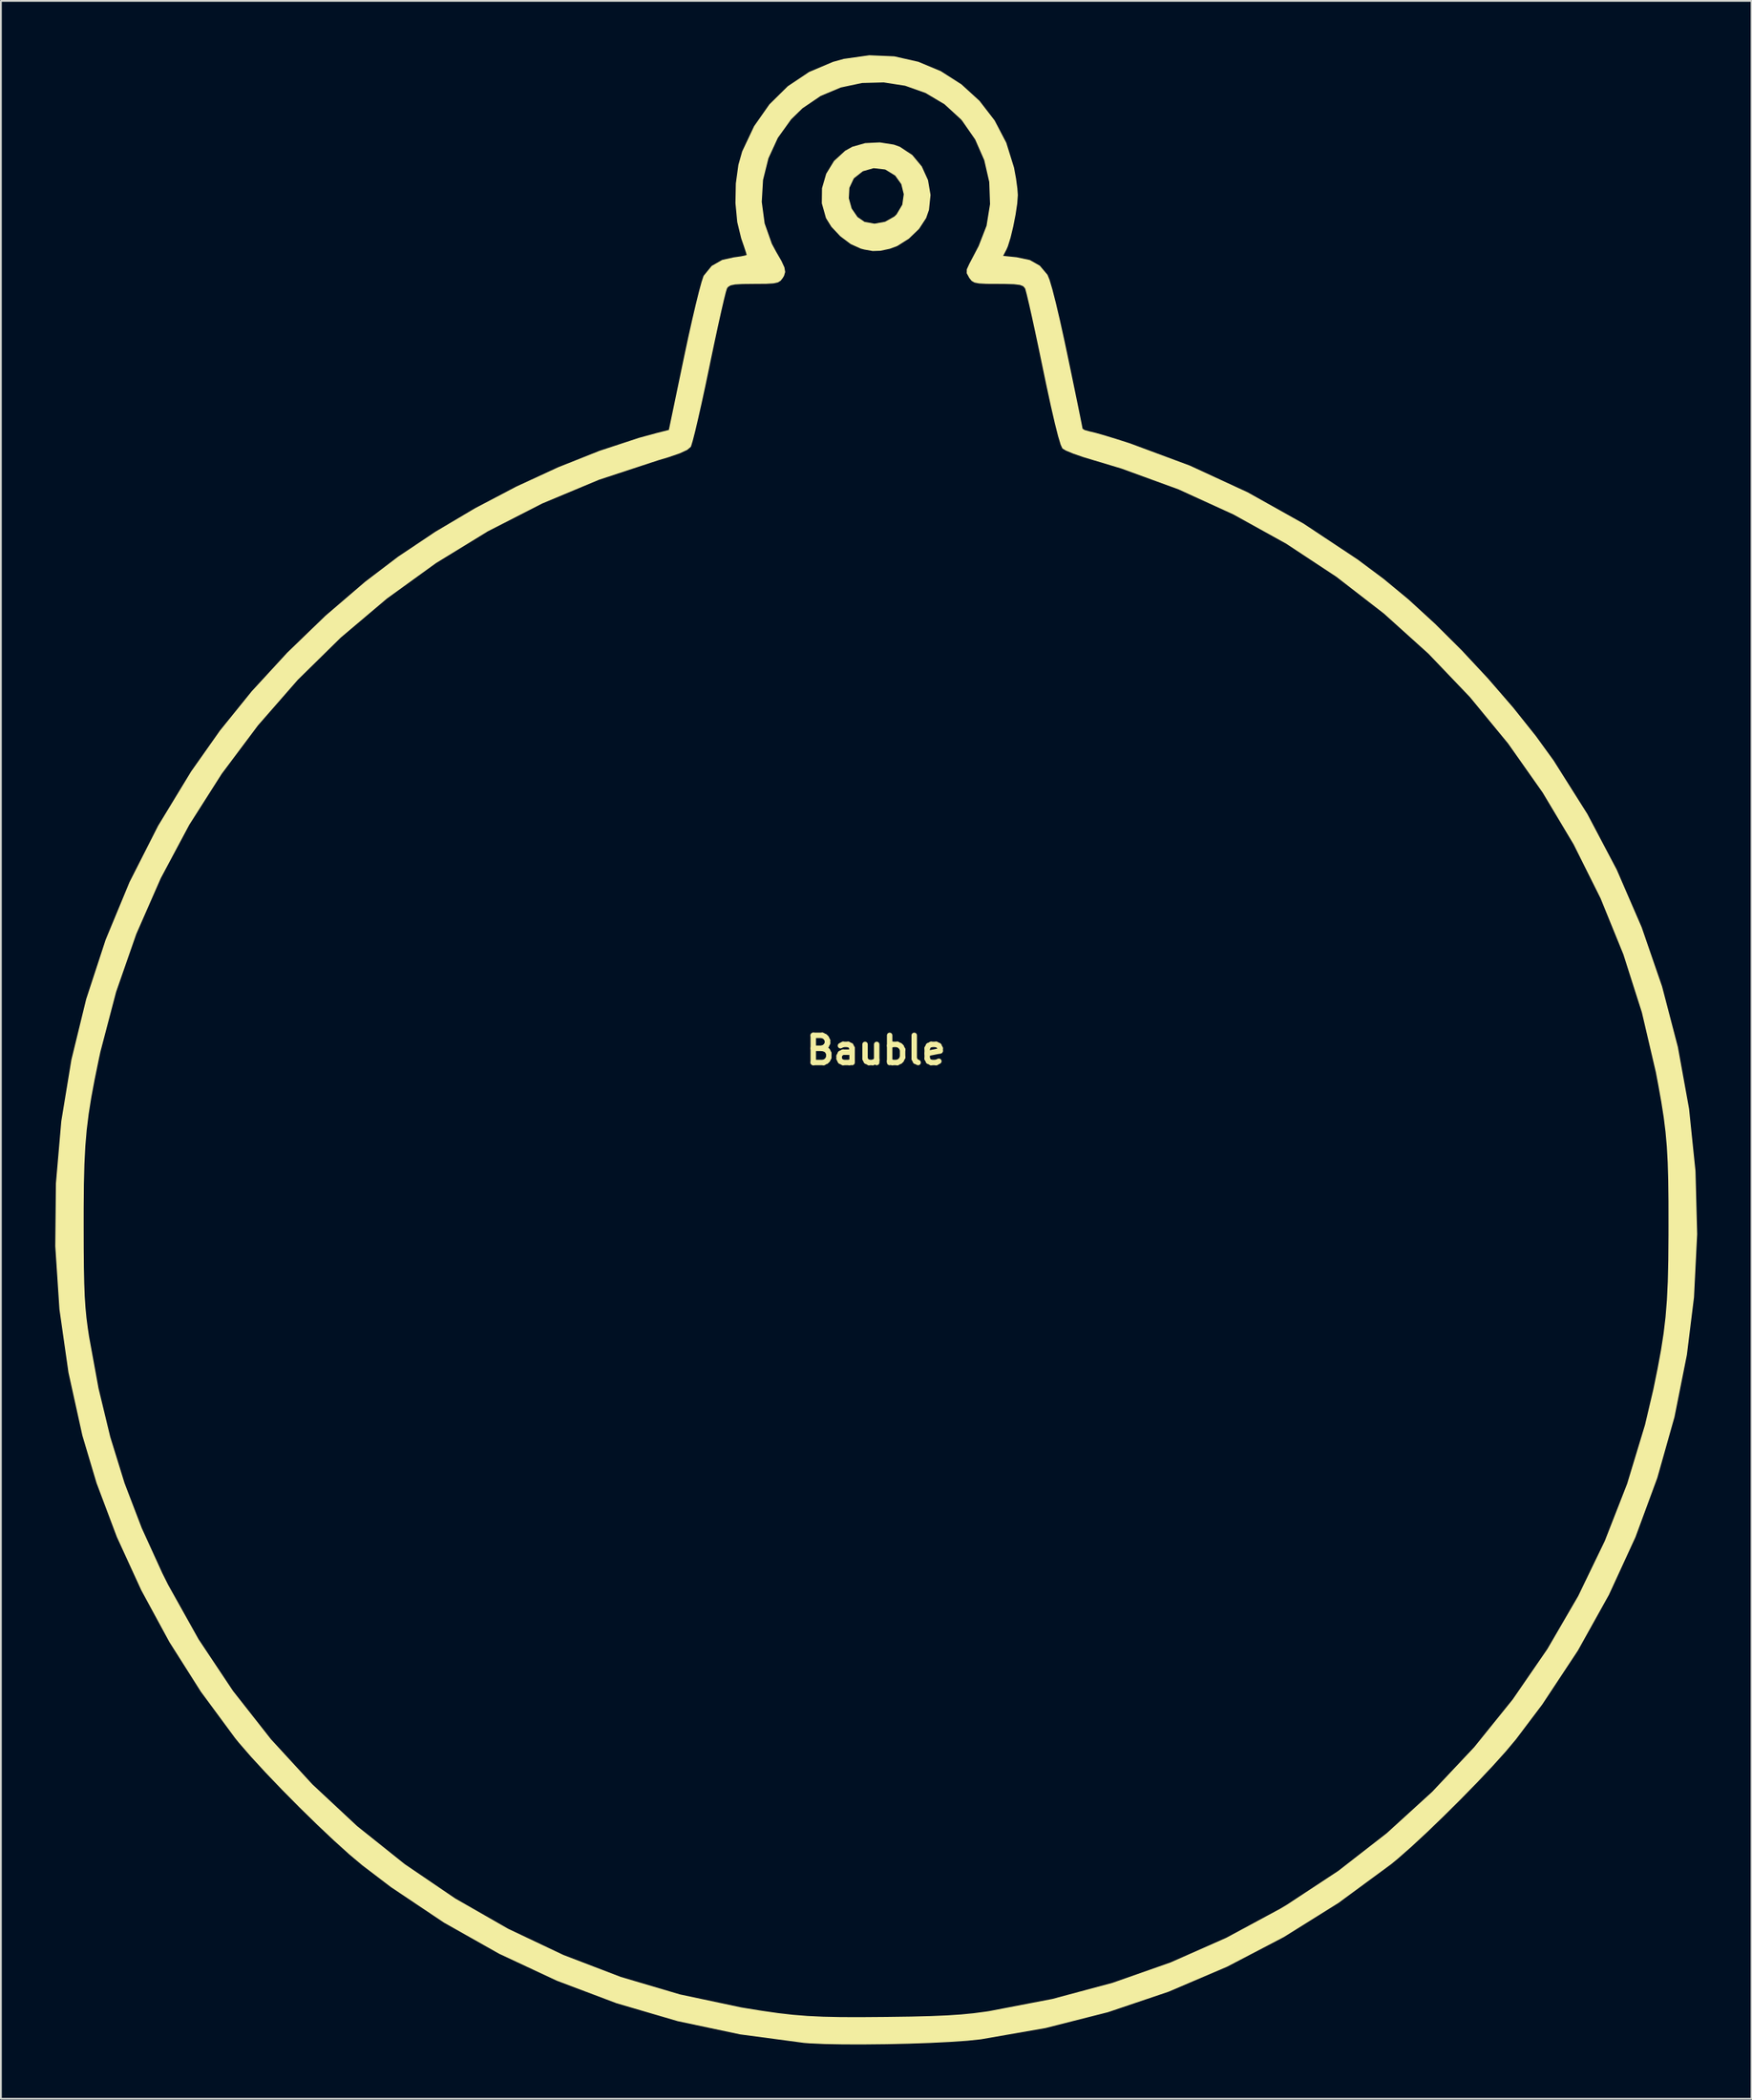
<source format=kicad_pcb>
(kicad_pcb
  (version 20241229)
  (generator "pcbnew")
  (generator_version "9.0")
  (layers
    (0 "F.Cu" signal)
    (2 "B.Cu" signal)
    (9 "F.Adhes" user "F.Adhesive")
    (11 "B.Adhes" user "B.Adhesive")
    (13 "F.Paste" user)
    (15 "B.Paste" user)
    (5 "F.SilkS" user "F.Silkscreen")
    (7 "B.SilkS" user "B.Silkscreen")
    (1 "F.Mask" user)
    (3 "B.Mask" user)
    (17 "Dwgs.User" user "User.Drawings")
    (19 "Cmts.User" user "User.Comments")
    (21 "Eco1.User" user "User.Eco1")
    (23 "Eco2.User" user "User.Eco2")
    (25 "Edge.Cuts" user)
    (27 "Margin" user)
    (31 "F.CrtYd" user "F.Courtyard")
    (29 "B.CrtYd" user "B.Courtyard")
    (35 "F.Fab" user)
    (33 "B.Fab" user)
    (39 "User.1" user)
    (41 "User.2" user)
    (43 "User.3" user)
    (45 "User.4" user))
  (footprint "Bauble"
    (layer "F.Cu")
    (at 45.289 54.904)
    (property "Reference" "Bauble" (at 0 0 0) (layer "F.SilkS") (effects (font (size 1.5 1.5) (thickness 0.3))))
    (attr board_only exclude_from_pos_files exclude_from_bom)
    (fp_poly (pts (xy 0.978 -49.975) (xy 1.314 -49.854) (xy 2 -49.4) (xy 2.524 -48.768) (xy 2.867 -48.015) (xy 3.006 -47.197) (xy 2.921 -46.373) (xy 2.762 -45.918) (xy 2.372 -45.322) (xy 1.811 -44.782) (xy 1.169 -44.377) (xy 0.755 -44.224) (xy 0.234 -44.115) (xy -0.183 -44.101) (xy -0.65 -44.184) (xy -0.846 -44.235) (xy -1.402 -44.487) (xy -1.972 -44.915) (xy -2.464 -45.439) (xy -2.762 -45.918) (xy -2.992 -46.734) (xy -2.989 -47.014) (xy -1.502 -47.014) (xy -1.346 -46.45) (xy -1.024 -45.979) (xy -0.633 -45.71) (xy -0.086 -45.611) (xy 0.498 -45.717) (xy 1.006 -46.003) (xy 1.133 -46.126) (xy 1.448 -46.659) (xy 1.529 -47.236) (xy 1.393 -47.792) (xy 1.056 -48.263) (xy 0.535 -48.584) (xy 0.478 -48.604) (xy -0.135 -48.673) (xy -0.727 -48.504) (xy -1.209 -48.125) (xy -1.234 -48.094) (xy -1.471 -47.589) (xy -1.502 -47.014) (xy -2.989 -47.014) (xy -2.982 -47.568) (xy -2.75 -48.366) (xy -2.318 -49.073) (xy -1.705 -49.634) (xy -1.31 -49.855) (xy -0.601 -50.056) (xy 0.204 -50.096)) (stroke (width 0) (type solid)) (fill yes) (layer "F.SilkS"))
    (fp_poly (pts (xy 1.007 -54.845) (xy 2.331 -54.546) (xy 3.575 -54.026) (xy 4.709 -53.301) (xy 5.707 -52.39) (xy 6.542 -51.309) (xy 7.186 -50.077) (xy 7.611 -48.711) (xy 7.619 -48.672) (xy 7.724 -48.102) (xy 7.797 -47.559) (xy 7.824 -47.19) (xy 7.79 -46.72) (xy 7.699 -46.111) (xy 7.57 -45.454) (xy 7.422 -44.84) (xy 7.273 -44.362) (xy 7.203 -44.199) (xy 7.014 -43.835) (xy 7.751 -43.759) (xy 8.488 -43.604) (xy 9.037 -43.293) (xy 9.459 -42.792) (xy 9.462 -42.787) (xy 9.573 -42.513) (xy 9.728 -41.99) (xy 9.92 -41.24) (xy 10.145 -40.286) (xy 10.396 -39.148) (xy 10.562 -38.363) (xy 10.773 -37.353) (xy 10.963 -36.433) (xy 11.128 -35.635) (xy 11.259 -34.993) (xy 11.349 -34.541) (xy 11.393 -34.314) (xy 11.396 -34.294) (xy 11.515 -34.221) (xy 11.808 -34.141) (xy 11.859 -34.131) (xy 12.166 -34.055) (xy 12.666 -33.911) (xy 13.291 -33.72) (xy 13.974 -33.501) (xy 14.022 -33.485) (xy 17.321 -32.259) (xy 20.508 -30.786) (xy 23.588 -29.061) (xy 26.569 -27.083) (xy 28.009 -26.009) (xy 29.387 -24.869) (xy 30.84 -23.537) (xy 32.318 -22.066) (xy 33.771 -20.507) (xy 35.151 -18.913) (xy 36.408 -17.338) (xy 37.382 -15.995) (xy 39.248 -13.038) (xy 40.87 -9.963) (xy 42.246 -6.784) (xy 43.372 -3.516) (xy 44.244 -0.175) (xy 44.86 3.226) (xy 45.216 6.672) (xy 45.308 10.146) (xy 45.133 13.636) (xy 44.741 16.806) (xy 44.056 20.242) (xy 43.108 23.6) (xy 41.902 26.871) (xy 40.44 30.05) (xy 38.725 33.129) (xy 36.761 36.101) (xy 35.305 38.031) (xy 34.743 38.7) (xy 34.019 39.504) (xy 33.177 40.397) (xy 32.262 41.333) (xy 31.32 42.269) (xy 30.397 43.159) (xy 29.536 43.957) (xy 28.783 44.619) (xy 28.421 44.917) (xy 25.52 47.051) (xy 22.504 48.936) (xy 19.375 50.571) (xy 16.139 51.954) (xy 12.797 53.083) (xy 9.355 53.957) (xy 5.815 54.575) (xy 5.766 54.582) (xy 5.044 54.658) (xy 4.104 54.723) (xy 3.006 54.778) (xy 1.807 54.82) (xy 0.566 54.848) (xy -0.661 54.861) (xy -1.815 54.859) (xy -2.838 54.839) (xy -3.672 54.801) (xy -3.982 54.777) (xy -7.496 54.308) (xy -10.949 53.577) (xy -14.325 52.588) (xy -17.61 51.348) (xy -20.789 49.863) (xy -23.846 48.138) (xy -26.769 46.18) (xy -28.355 44.972) (xy -29.069 44.372) (xy -29.914 43.609) (xy -30.845 42.73) (xy -31.815 41.781) (xy -32.778 40.808) (xy -33.688 39.857) (xy -34.498 38.976) (xy -35.163 38.209) (xy -35.361 37.965) (xy -37.257 35.395) (xy -38.992 32.657) (xy -40.544 29.798) (xy -41.891 26.86) (xy -43.01 23.889) (xy -43.794 21.261) (xy -44.561 17.784) (xy -45.059 14.298) (xy -45.289 10.817) (xy -45.278 9.679) (xy -43.722 9.679) (xy -43.719 10.954) (xy -43.709 11.998) (xy -43.691 12.856) (xy -43.664 13.572) (xy -43.623 14.192) (xy -43.569 14.758) (xy -43.497 15.316) (xy -43.426 15.791) (xy -42.902 18.66) (xy -42.255 21.338) (xy -41.467 23.888) (xy -40.516 26.373) (xy -39.383 28.856) (xy -39.062 29.499) (xy -37.38 32.507) (xy -35.484 35.352) (xy -33.386 38.023) (xy -31.098 40.514) (xy -28.634 42.813) (xy -26.005 44.913) (xy -23.223 46.805) (xy -20.301 48.478) (xy -17.25 49.925) (xy -14.084 51.137) (xy -10.814 52.103) (xy -7.453 52.816) (xy -7.277 52.846) (xy -6.286 53.006) (xy -5.41 53.131) (xy -4.593 53.225) (xy -3.78 53.29) (xy -2.916 53.332) (xy -1.947 53.353) (xy -0.816 53.356) (xy 0.53 53.345) (xy 0.618 53.344) (xy 1.927 53.325) (xy 3.01 53.297) (xy 3.914 53.259) (xy 4.69 53.207) (xy 5.384 53.139) (xy 6.045 53.052) (xy 6.247 53.021) (xy 9.727 52.353) (xy 13.057 51.459) (xy 16.252 50.336) (xy 19.327 48.976) (xy 22.296 47.375) (xy 22.657 47.16) (xy 25.501 45.288) (xy 28.181 43.204) (xy 30.686 40.922) (xy 33.005 38.458) (xy 35.127 35.827) (xy 37.043 33.042) (xy 38.742 30.12) (xy 40.213 27.074) (xy 41.446 23.919) (xy 42.43 20.671) (xy 42.888 18.725) (xy 43.122 17.577) (xy 43.309 16.566) (xy 43.454 15.634) (xy 43.562 14.726) (xy 43.638 13.786) (xy 43.687 12.759) (xy 43.714 11.588) (xy 43.725 10.219) (xy 43.726 9.679) (xy 43.724 8.31) (xy 43.71 7.162) (xy 43.681 6.18) (xy 43.633 5.311) (xy 43.561 4.502) (xy 43.461 3.697) (xy 43.327 2.844) (xy 43.156 1.888) (xy 43.027 1.206) (xy 42.257 -2.086) (xy 41.237 -5.286) (xy 39.977 -8.382) (xy 38.489 -11.362) (xy 36.785 -14.214) (xy 34.875 -16.926) (xy 32.77 -19.485) (xy 30.482 -21.879) (xy 28.022 -24.096) (xy 25.401 -26.124) (xy 22.631 -27.951) (xy 19.722 -29.563) (xy 16.686 -30.95) (xy 13.534 -32.099) (xy 12.074 -32.537) (xy 11.436 -32.729) (xy 10.883 -32.921) (xy 10.476 -33.089) (xy 10.284 -33.204) (xy 10.187 -33.415) (xy 10.046 -33.883) (xy 9.865 -34.598) (xy 9.646 -35.546) (xy 9.393 -36.717) (xy 9.205 -37.619) (xy 8.988 -38.664) (xy 8.783 -39.629) (xy 8.598 -40.48) (xy 8.44 -41.181) (xy 8.317 -41.697) (xy 8.238 -41.995) (xy 8.218 -42.047) (xy 8.121 -42.159) (xy 7.936 -42.231) (xy 7.611 -42.27) (xy 7.092 -42.286) (xy 6.726 -42.288) (xy 6.099 -42.291) (xy 5.688 -42.312) (xy 5.434 -42.361) (xy 5.277 -42.451) (xy 5.16 -42.595) (xy 5.139 -42.626) (xy 5.004 -42.875) (xy 5.007 -43.09) (xy 5.15 -43.403) (xy 5.157 -43.415) (xy 5.387 -43.853) (xy 5.634 -44.324) (xy 5.66 -44.373) (xy 6.097 -45.497) (xy 6.29 -46.692) (xy 6.246 -47.912) (xy 5.97 -49.116) (xy 5.469 -50.257) (xy 4.749 -51.293) (xy 4.685 -51.368) (xy 3.775 -52.202) (xy 2.736 -52.82) (xy 1.605 -53.222) (xy 0.422 -53.406) (xy -0.775 -53.374) (xy -1.946 -53.125) (xy -3.054 -52.66) (xy -4.059 -51.978) (xy -4.685 -51.368) (xy -5.419 -50.346) (xy -5.938 -49.218) (xy -6.235 -48.026) (xy -6.306 -46.814) (xy -6.147 -45.626) (xy -5.751 -44.504) (xy -5.519 -44.072) (xy -5.219 -43.553) (xy -5.056 -43.199) (xy -5.014 -42.947) (xy -5.076 -42.734) (xy -5.149 -42.611) (xy -5.264 -42.463) (xy -5.414 -42.369) (xy -5.657 -42.316) (xy -6.052 -42.293) (xy -6.657 -42.288) (xy -6.726 -42.288) (xy -7.363 -42.281) (xy -7.78 -42.257) (xy -8.031 -42.205) (xy -8.17 -42.116) (xy -8.226 -42.035) (xy -8.286 -41.841) (xy -8.393 -41.414) (xy -8.538 -40.787) (xy -8.714 -39.998) (xy -8.912 -39.08) (xy -9.124 -38.071) (xy -9.205 -37.676) (xy -9.422 -36.639) (xy -9.63 -35.68) (xy -9.821 -34.835) (xy -9.985 -34.139) (xy -10.116 -33.628) (xy -10.204 -33.338) (xy -10.224 -33.293) (xy -10.42 -33.127) (xy -10.826 -32.939) (xy -11.462 -32.72) (xy -12.029 -32.551) (xy -15.283 -31.481) (xy -18.417 -30.171) (xy -21.42 -28.634) (xy -24.282 -26.88) (xy -26.992 -24.921) (xy -29.54 -22.767) (xy -31.915 -20.431) (xy -34.105 -17.924) (xy -36.102 -15.257) (xy -37.893 -12.442) (xy -39.469 -9.489) (xy -40.819 -6.411) (xy -41.932 -3.218) (xy -42.797 0.078) (xy -42.886 0.49) (xy -43.117 1.618) (xy -43.302 2.609) (xy -43.446 3.517) (xy -43.554 4.397) (xy -43.631 5.301) (xy -43.681 6.283) (xy -43.709 7.397) (xy -43.721 8.697) (xy -43.722 9.679) (xy -45.278 9.679) (xy -45.254 7.352) (xy -44.957 3.917) (xy -44.399 0.523) (xy -43.584 -2.816) (xy -42.513 -6.089) (xy -41.19 -9.282) (xy -39.616 -12.383) (xy -37.795 -15.379) (xy -36.199 -17.643) (xy -34.449 -19.808) (xy -32.489 -21.939) (xy -30.381 -23.975) (xy -28.189 -25.854) (xy -26.379 -27.23) (xy -24.32 -28.609) (xy -22.124 -29.91) (xy -19.847 -31.105) (xy -17.542 -32.169) (xy -15.265 -33.075) (xy -13.07 -33.797) (xy -12.135 -34.051) (xy -11.433 -34.229) (xy -10.587 -38.286) (xy -10.366 -39.324) (xy -10.15 -40.291) (xy -9.949 -41.15) (xy -9.772 -41.863) (xy -9.628 -42.393) (xy -9.526 -42.702) (xy -9.504 -42.747) (xy -9.069 -43.281) (xy -8.487 -43.612) (xy -7.858 -43.751) (xy -7.457 -43.808) (xy -7.196 -43.862) (xy -7.139 -43.89) (xy -7.182 -44.037) (xy -7.292 -44.37) (xy -7.44 -44.798) (xy -7.659 -45.701) (xy -7.758 -46.746) (xy -7.737 -47.833) (xy -7.596 -48.858) (xy -7.387 -49.597) (xy -6.729 -50.991) (xy -5.885 -52.194) (xy -4.87 -53.195) (xy -3.696 -53.981) (xy -2.377 -54.54) (xy -1.778 -54.706) (xy -0.372 -54.904)) (stroke (width 0) (type solid)) (fill yes) (layer "F.SilkS")))
  (gr_rect
    (start -3 -3)
    (end 93.597 112.765)
    (stroke (width 0.1) (type default))
    (fill no)
    (layer "Edge.Cuts")))
</source>
